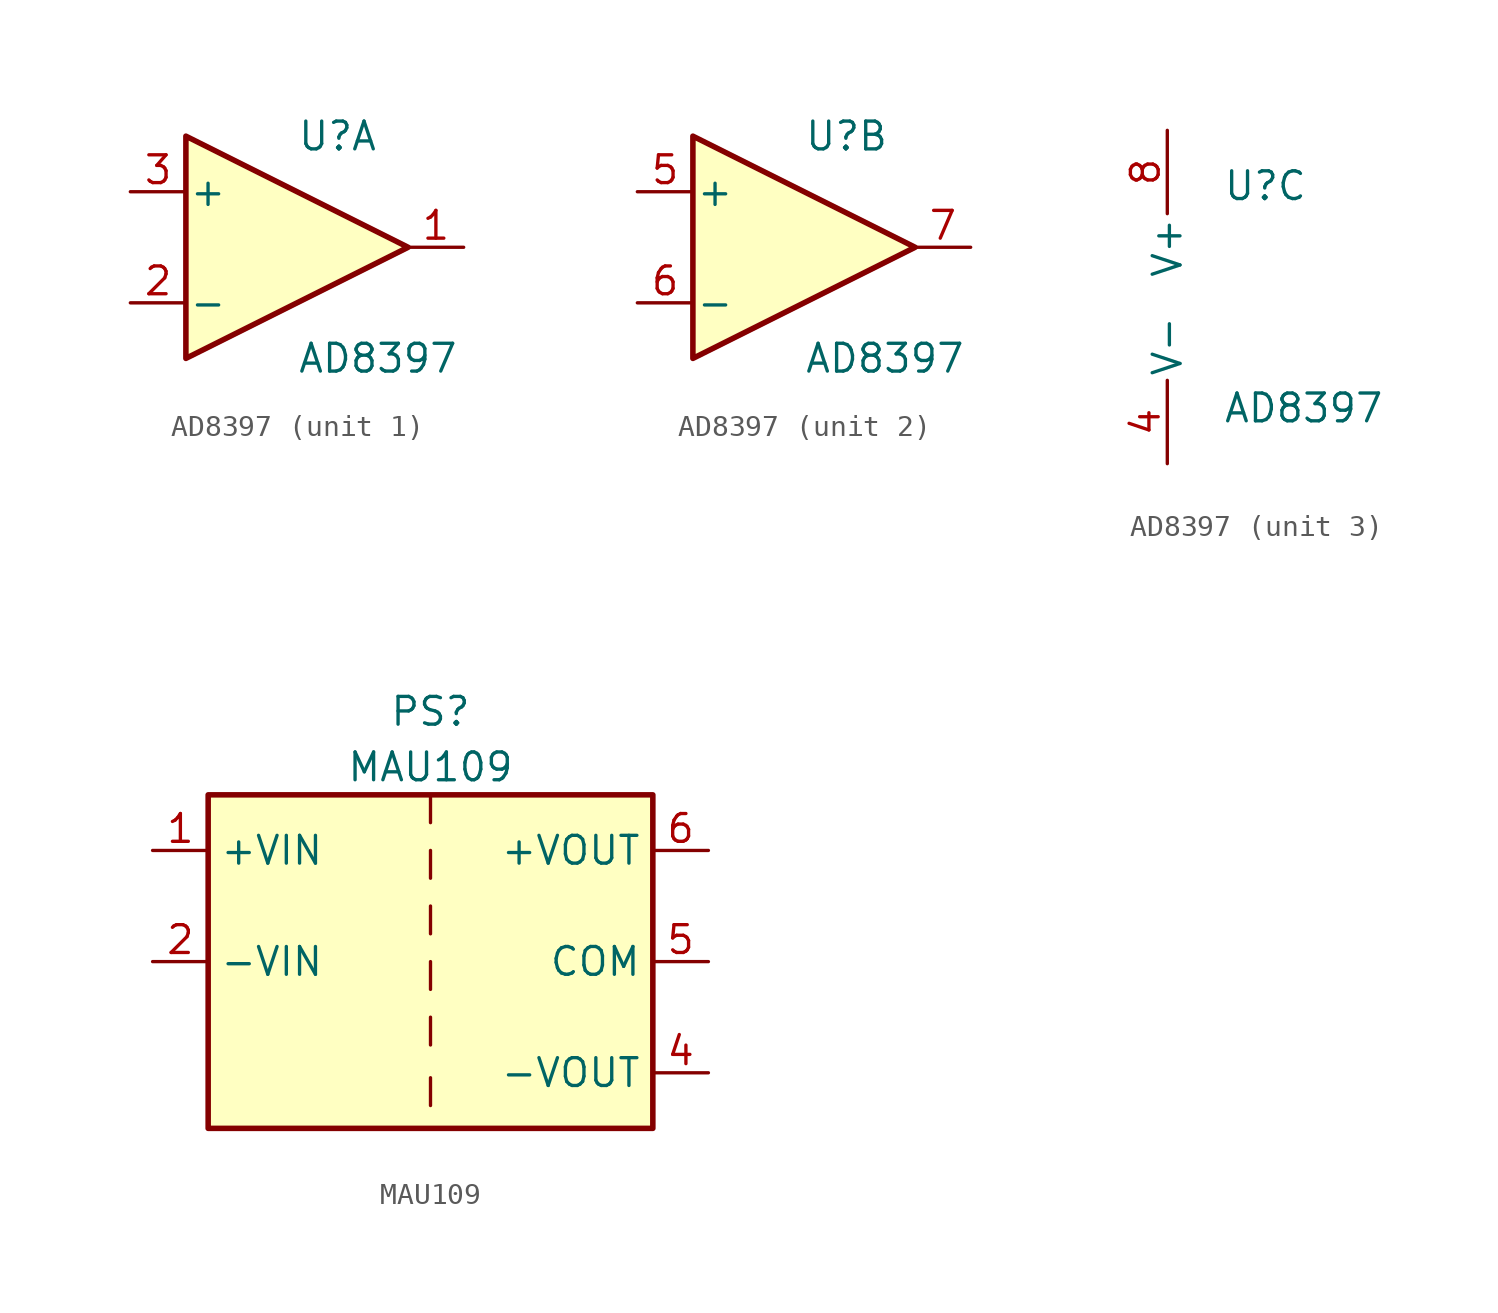
<source format=kicad_sym>
(kicad_symbol_lib
  (version 20220914)
  (generator kicad_symbol_editor)
  (symbol "AD8397"
    (pin_names
      (offset 0.127))
    (property "Reference" "U"
      (at 0 5.08 0)
      (effects (font (size 1.27 1.27)) (justify left)))
    (property "Value" "AD8397"
      (at 0 -5.08 0)
      (effects (font (size 1.27 1.27)) (justify left)))
    (property "ki_locked" ""
      (at 0 0 0)
      (effects (font (size 1.27 1.27))))
    (symbol "AD8397_1_1"
      (polyline (pts (xy -5.08 5.08) (xy 5.08 0) (xy -5.08 -5.08) (xy -5.08 5.08)) (stroke (width 0.254) (type default)) (fill (type background)))
      (pin output line (at 7.62 0 180) (length 2.54) (name "~" (effects (font (size 1.27 1.27)))) (number "1" (effects (font (size 1.27 1.27)))))
      (pin input line (at -7.62 -2.54 0) (length 2.54) (name "-" (effects (font (size 1.27 1.27)))) (number "2" (effects (font (size 1.27 1.27)))))
      (pin input line (at -7.62 2.54 0) (length 2.54) (name "+" (effects (font (size 1.27 1.27)))) (number "3" (effects (font (size 1.27 1.27))))))
    (symbol "AD8397_2_1"
      (polyline (pts (xy -5.08 5.08) (xy 5.08 0) (xy -5.08 -5.08) (xy -5.08 5.08)) (stroke (width 0.254) (type default)) (fill (type background)))
      (pin input line (at -7.62 2.54 0) (length 2.54) (name "+" (effects (font (size 1.27 1.27)))) (number "5" (effects (font (size 1.27 1.27)))))
      (pin input line (at -7.62 -2.54 0) (length 2.54) (name "-" (effects (font (size 1.27 1.27)))) (number "6" (effects (font (size 1.27 1.27)))))
      (pin output line (at 7.62 0 180) (length 2.54) (name "~" (effects (font (size 1.27 1.27)))) (number "7" (effects (font (size 1.27 1.27))))))
    (symbol "AD8397_3_1"
      (pin power_in line (at -2.54 -7.62 90) (length 3.81) (name "V-" (effects (font (size 1.27 1.27)))) (number "4" (effects (font (size 1.27 1.27)))))
      (pin power_in line (at -2.54 7.62 270) (length 3.81) (name "V+" (effects (font (size 1.27 1.27)))) (number "8" (effects (font (size 1.27 1.27)))))))
  (symbol "MAU109"
    (property "Reference" "PS"
      (at 0 11.43 0)
      (effects (font (size 1.27 1.27))))
    (property "Value" "MAU109"
      (at 0 8.89 0)
      (effects (font (size 1.27 1.27))))
    (symbol "MAU109_0_1"
      (rectangle (start -10.16 7.62) (end 10.16 -7.62) (stroke (width 0.254) (type default)) (fill (type background)))
      (polyline (pts (xy 0 -5.307) (xy 0 -6.577)) (stroke (width 0) (type default)) (fill (type none)))
      (polyline (pts (xy 0 -2.54) (xy 0 -3.81)) (stroke (width 0) (type default)) (fill (type none)))
      (polyline (pts (xy 0 0) (xy 0 -1.27)) (stroke (width 0) (type default)) (fill (type none)))
      (polyline (pts (xy 0 2.54) (xy 0 1.27)) (stroke (width 0) (type default)) (fill (type none)))
      (polyline (pts (xy 0 5.08) (xy 0 3.81)) (stroke (width 0) (type default)) (fill (type none)))
      (polyline (pts (xy 0 7.62) (xy 0 6.35)) (stroke (width 0) (type default)) (fill (type none))))
    (symbol "MAU109_1_1"
      (pin power_in line (at -12.7 5.08 0) (length 2.54) (name "+VIN" (effects (font (size 1.27 1.27)))) (number "1" (effects (font (size 1.27 1.27)))))
      (pin power_in line (at -12.7 0 0) (length 2.54) (name "-VIN" (effects (font (size 1.27 1.27)))) (number "2" (effects (font (size 1.27 1.27)))))
      (pin power_out line (at 12.7 -5.08 180) (length 2.54) (name "-VOUT" (effects (font (size 1.27 1.27)))) (number "4" (effects (font (size 1.27 1.27)))))
      (pin passive line (at 12.7 0 180) (length 2.54) (name "COM" (effects (font (size 1.27 1.27)))) (number "5" (effects (font (size 1.27 1.27)))))
      (pin power_out line (at 12.7 5.08 180) (length 2.54) (name "+VOUT" (effects (font (size 1.27 1.27)))) (number "6" (effects (font (size 1.27 1.27))))))))
</source>
